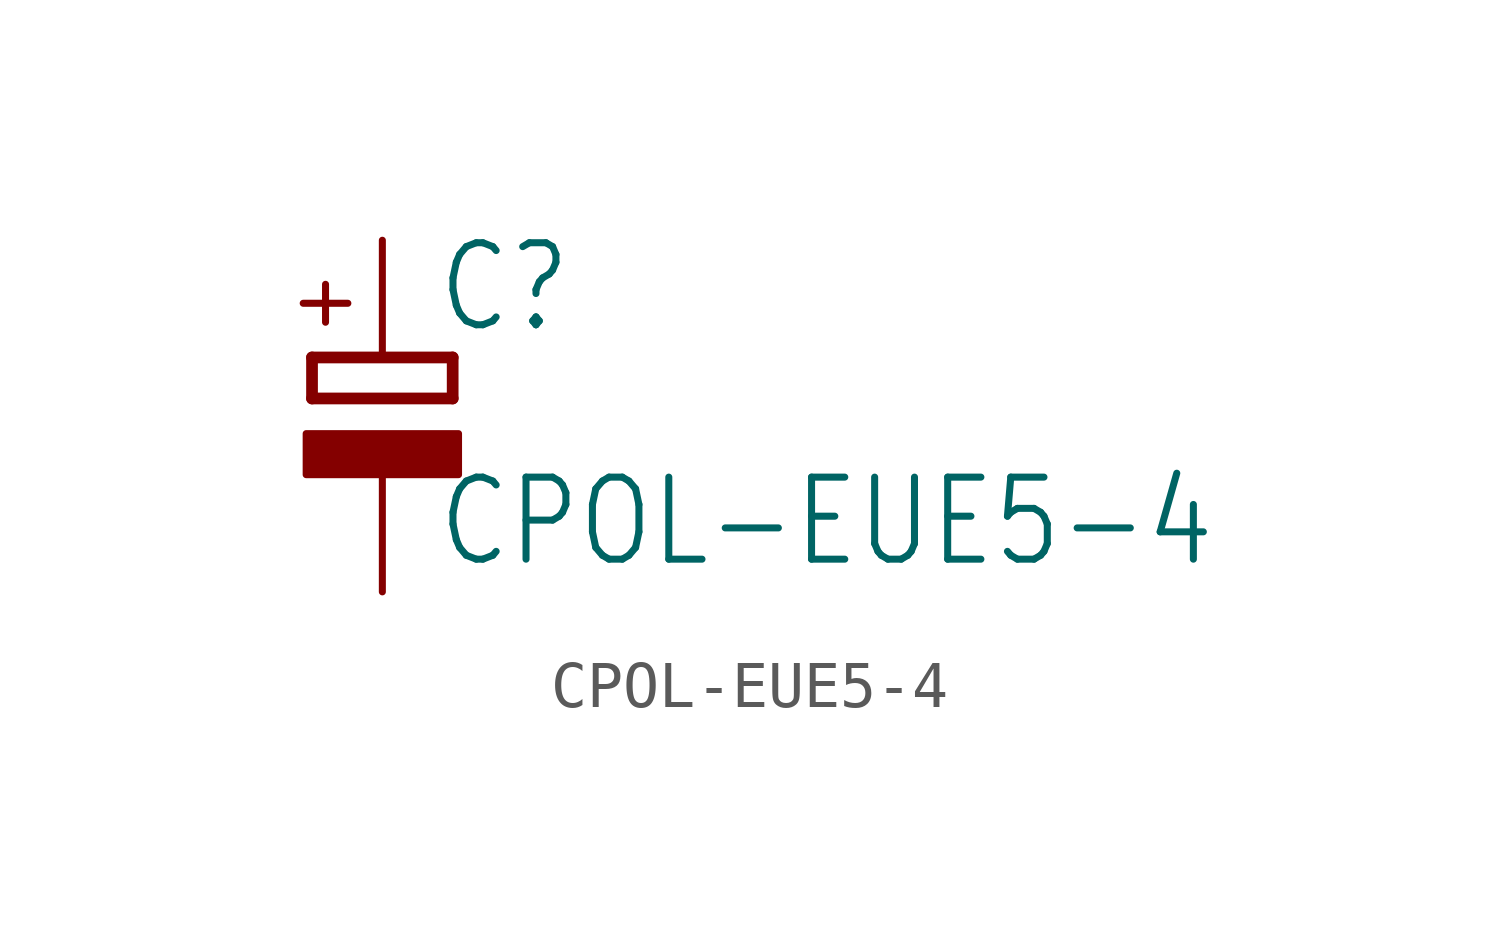
<source format=kicad_sym>
(kicad_symbol_lib
  (version 20210619)
  (generator kicad_symbol_editor)
  (symbol "CPOL-EUE5-4"
    (property "Reference" "C"
      (at 1.143 0.483 0)
      (effects (font (size 1.778 1.511)) (justify left bottom)))
    (property "Value" "CPOL-EUE5-4"
      (at 1.143 -4.597 0)
      (effects (font (size 1.778 1.511)) (justify left bottom)))
    (property "ki_locked" ""
      (at 0 0 0)
      (effects (font (size 1.27 1.27))))
    (symbol "CPOL-EUE5-4_1_0"
      (text "+" (at -0.584 0.406 900) (effects (font (size 1.27 1.079)) (justify left bottom)))
      (rectangle (start -1.651 -2.54) (end 1.651 -1.651) (stroke (width 0)) (fill (type outline)))
      (polyline (pts (xy -1.524 -0.889) (xy 1.524 -0.889)) (stroke (width 0.254)) (fill (type none)))
      (polyline (pts (xy -1.524 0) (xy -1.524 -0.889)) (stroke (width 0.254)) (fill (type none)))
      (polyline (pts (xy -1.524 0) (xy 1.524 0)) (stroke (width 0.254)) (fill (type none)))
      (polyline (pts (xy 1.524 -0.889) (xy 1.524 0)) (stroke (width 0.254)) (fill (type none)))
      (pin passive line (at 0 2.54 270) (length 2.54) (name "+" (effects (font (size 0 0)))) (number "+" (effects (font (size 0 0)))))
      (pin passive line (at 0 -5.08 90) (length 2.54) (name "-" (effects (font (size 0 0)))) (number "-" (effects (font (size 0 0))))))))
</source>
